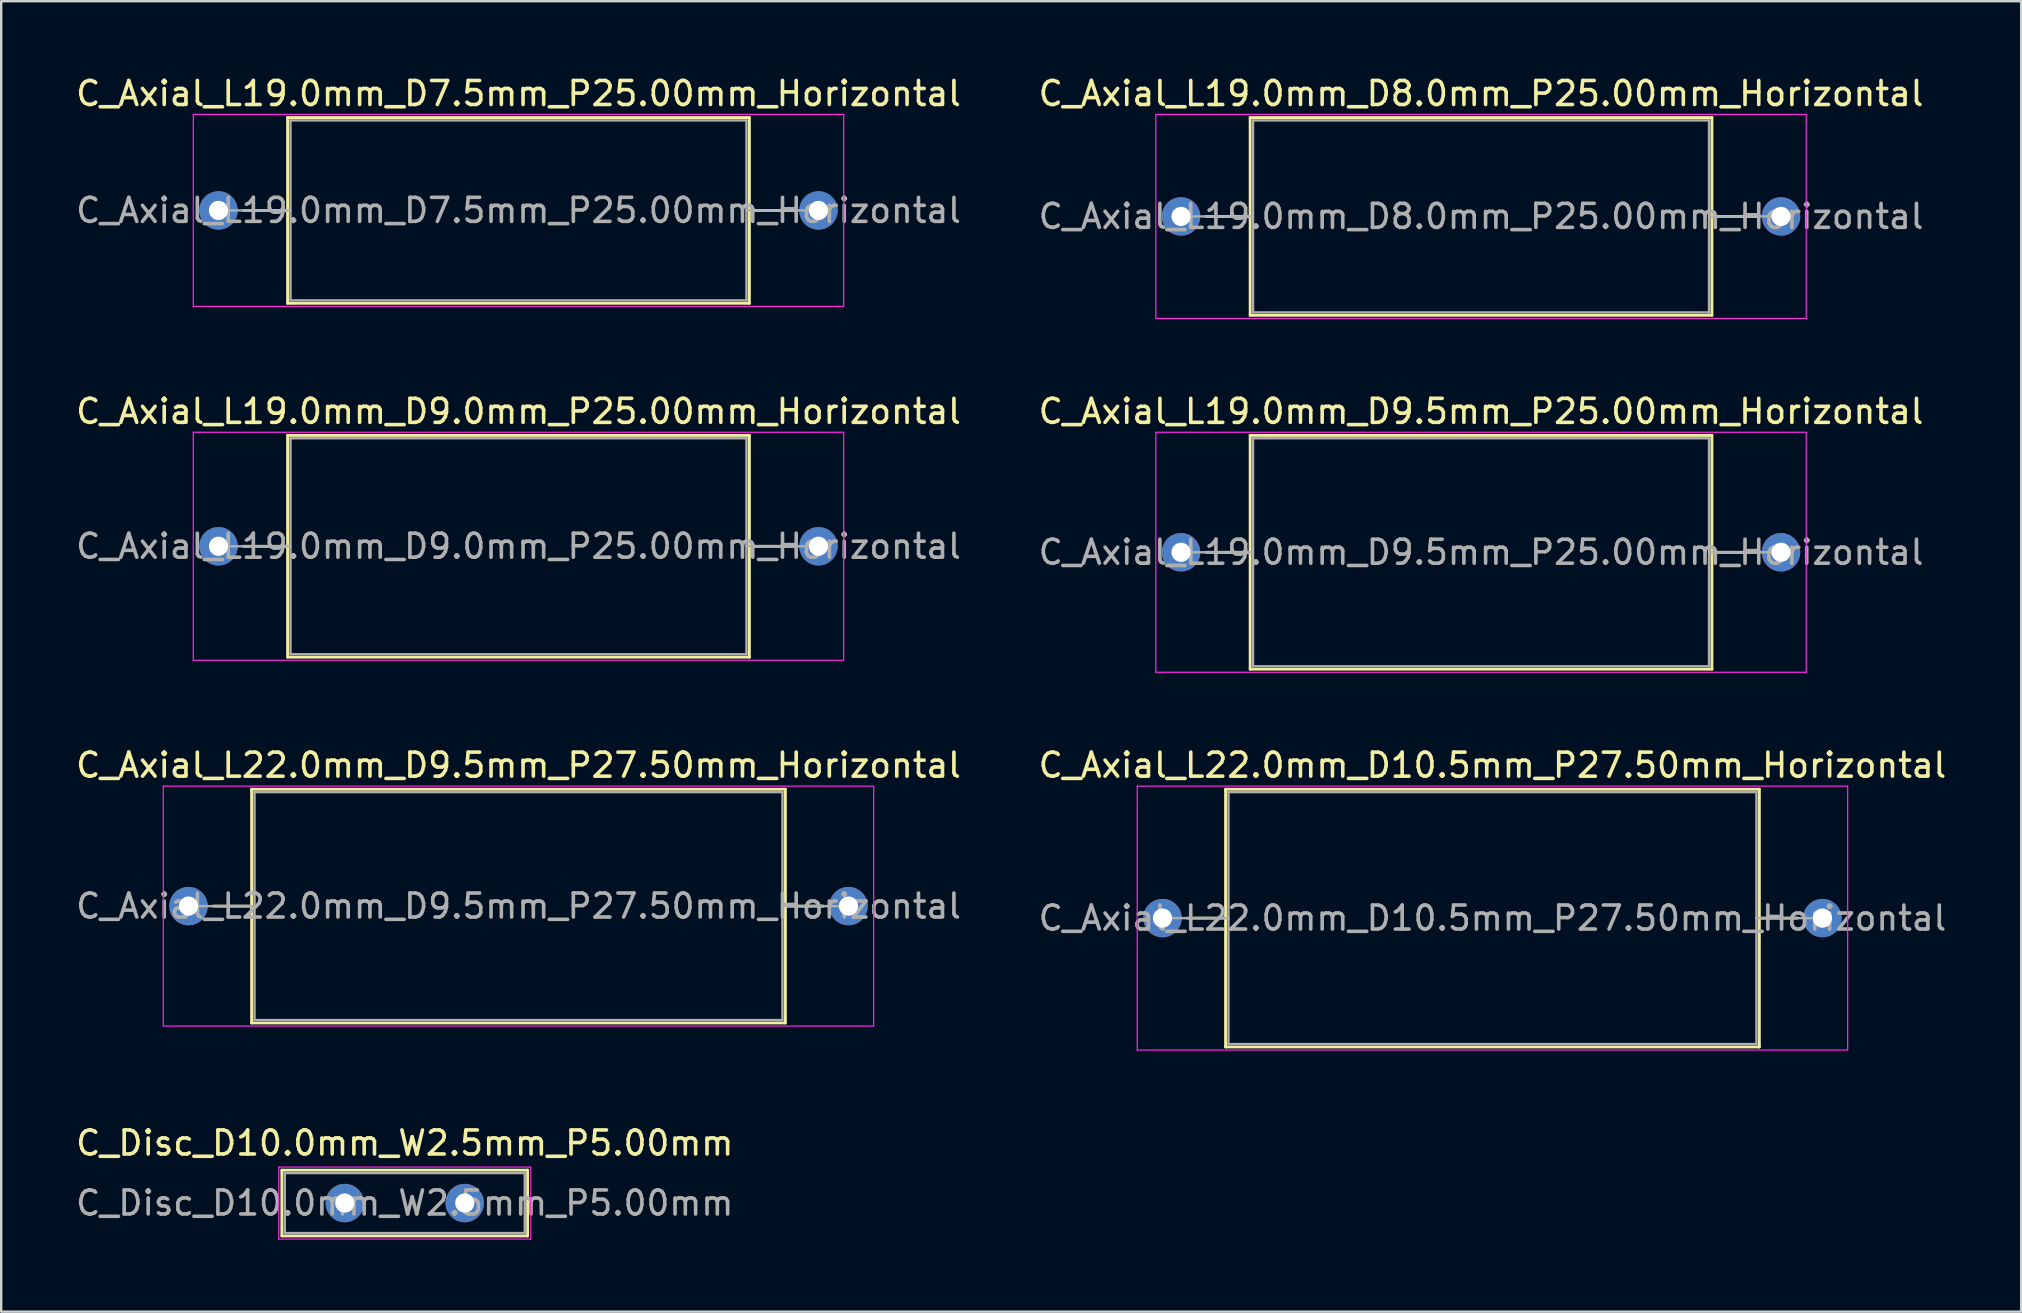
<source format=kicad_pcb>
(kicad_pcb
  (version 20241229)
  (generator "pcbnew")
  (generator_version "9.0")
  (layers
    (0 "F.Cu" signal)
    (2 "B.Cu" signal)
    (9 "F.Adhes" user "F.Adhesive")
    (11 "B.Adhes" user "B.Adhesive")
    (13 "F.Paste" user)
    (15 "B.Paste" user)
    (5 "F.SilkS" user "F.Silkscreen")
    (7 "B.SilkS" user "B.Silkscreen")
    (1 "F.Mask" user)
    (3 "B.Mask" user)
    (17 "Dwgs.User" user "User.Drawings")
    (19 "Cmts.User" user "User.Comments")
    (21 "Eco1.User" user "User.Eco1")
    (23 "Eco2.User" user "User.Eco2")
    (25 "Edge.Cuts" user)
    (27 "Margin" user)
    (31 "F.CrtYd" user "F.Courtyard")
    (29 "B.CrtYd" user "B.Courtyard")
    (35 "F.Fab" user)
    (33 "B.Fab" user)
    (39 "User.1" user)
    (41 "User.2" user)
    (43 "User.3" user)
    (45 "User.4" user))
  (footprint "C_Axial_L19.0mm_D8.0mm_P25.00mm_Horizontal"
    (layer "F.Cu")
    (at 46.161 5.968)
    (property "Reference" "C_Axial_L19.0mm_D8.0mm_P25.00mm_Horizontal" (at 12.5 -5.12 0) (layer "F.SilkS") (effects (font (size 1 1) (thickness 0.15))))
    (attr through_hole)
    (fp_line (start 1.04 0) (end 2.88 0) (stroke (width 0.12) (type solid)) (layer "F.SilkS"))
    (fp_line (start 2.88 -4.12) (end 2.88 4.12) (stroke (width 0.12) (type solid)) (layer "F.SilkS"))
    (fp_line (start 2.88 4.12) (end 22.12 4.12) (stroke (width 0.12) (type solid)) (layer "F.SilkS"))
    (fp_line (start 22.12 -4.12) (end 2.88 -4.12) (stroke (width 0.12) (type solid)) (layer "F.SilkS"))
    (fp_line (start 22.12 4.12) (end 22.12 -4.12) (stroke (width 0.12) (type solid)) (layer "F.SilkS"))
    (fp_line (start 23.96 0) (end 22.12 0) (stroke (width 0.12) (type solid)) (layer "F.SilkS"))
    (fp_line (start -1.05 -4.25) (end -1.05 4.25) (stroke (width 0.05) (type solid)) (layer "F.CrtYd"))
    (fp_line (start -1.05 4.25) (end 26.05 4.25) (stroke (width 0.05) (type solid)) (layer "F.CrtYd"))
    (fp_line (start 26.05 -4.25) (end -1.05 -4.25) (stroke (width 0.05) (type solid)) (layer "F.CrtYd"))
    (fp_line (start 26.05 4.25) (end 26.05 -4.25) (stroke (width 0.05) (type solid)) (layer "F.CrtYd"))
    (fp_line (start 0 0) (end 3 0) (stroke (width 0.1) (type solid)) (layer "F.Fab"))
    (fp_line (start 3 -4) (end 3 4) (stroke (width 0.1) (type solid)) (layer "F.Fab"))
    (fp_line (start 3 4) (end 22 4) (stroke (width 0.1) (type solid)) (layer "F.Fab"))
    (fp_line (start 22 -4) (end 3 -4) (stroke (width 0.1) (type solid)) (layer "F.Fab"))
    (fp_line (start 22 4) (end 22 -4) (stroke (width 0.1) (type solid)) (layer "F.Fab"))
    (fp_line (start 25 0) (end 22 0) (stroke (width 0.1) (type solid)) (layer "F.Fab"))
    (fp_text user "${REFERENCE}" (at 12.5 0 0) (layer "F.Fab") (effects (font (size 1 1) (thickness 0.15))))
    (pad "1" thru_hole circle (at 0 0) (size 1.6 1.6) (drill 0.8) (layers "*.Cu" "*.Mask"))
    (pad "2" thru_hole oval (at 25 0) (size 1.6 1.6) (drill 0.8) (layers "*.Cu" "*.Mask")))
  (footprint "C_Axial_L22.0mm_D10.5mm_P27.50mm_Horizontal"
    (layer "F.Cu")
    (at 45.387 35.205)
    (property "Reference" "C_Axial_L22.0mm_D10.5mm_P27.50mm_Horizontal" (at 13.75 -6.37 0) (layer "F.SilkS") (effects (font (size 1 1) (thickness 0.15))))
    (attr through_hole)
    (fp_line (start 1.04 0) (end 2.63 0) (stroke (width 0.12) (type solid)) (layer "F.SilkS"))
    (fp_line (start 2.63 -5.37) (end 2.63 5.37) (stroke (width 0.12) (type solid)) (layer "F.SilkS"))
    (fp_line (start 2.63 5.37) (end 24.87 5.37) (stroke (width 0.12) (type solid)) (layer "F.SilkS"))
    (fp_line (start 24.87 -5.37) (end 2.63 -5.37) (stroke (width 0.12) (type solid)) (layer "F.SilkS"))
    (fp_line (start 24.87 5.37) (end 24.87 -5.37) (stroke (width 0.12) (type solid)) (layer "F.SilkS"))
    (fp_line (start 26.46 0) (end 24.87 0) (stroke (width 0.12) (type solid)) (layer "F.SilkS"))
    (fp_line (start -1.05 -5.5) (end -1.05 5.5) (stroke (width 0.05) (type solid)) (layer "F.CrtYd"))
    (fp_line (start -1.05 5.5) (end 28.55 5.5) (stroke (width 0.05) (type solid)) (layer "F.CrtYd"))
    (fp_line (start 28.55 -5.5) (end -1.05 -5.5) (stroke (width 0.05) (type solid)) (layer "F.CrtYd"))
    (fp_line (start 28.55 5.5) (end 28.55 -5.5) (stroke (width 0.05) (type solid)) (layer "F.CrtYd"))
    (fp_line (start 0 0) (end 2.75 0) (stroke (width 0.1) (type solid)) (layer "F.Fab"))
    (fp_line (start 2.75 -5.25) (end 2.75 5.25) (stroke (width 0.1) (type solid)) (layer "F.Fab"))
    (fp_line (start 2.75 5.25) (end 24.75 5.25) (stroke (width 0.1) (type solid)) (layer "F.Fab"))
    (fp_line (start 24.75 -5.25) (end 2.75 -5.25) (stroke (width 0.1) (type solid)) (layer "F.Fab"))
    (fp_line (start 24.75 5.25) (end 24.75 -5.25) (stroke (width 0.1) (type solid)) (layer "F.Fab"))
    (fp_line (start 27.5 0) (end 24.75 0) (stroke (width 0.1) (type solid)) (layer "F.Fab"))
    (fp_text user "${REFERENCE}" (at 13.75 0 0) (layer "F.Fab") (effects (font (size 1 1) (thickness 0.15))))
    (pad "1" thru_hole circle (at 0 0) (size 1.6 1.6) (drill 0.8) (layers "*.Cu" "*.Mask"))
    (pad "2" thru_hole oval (at 27.5 0) (size 1.6 1.6) (drill 0.8) (layers "*.Cu" "*.Mask")))
  (footprint "C_Axial_L19.0mm_D7.5mm_P25.00mm_Horizontal"
    (layer "F.Cu")
    (at 6.054 5.718)
    (property "Reference" "C_Axial_L19.0mm_D7.5mm_P25.00mm_Horizontal" (at 12.5 -4.87 0) (layer "F.SilkS") (effects (font (size 1 1) (thickness 0.15))))
    (attr through_hole)
    (fp_line (start 1.04 0) (end 2.88 0) (stroke (width 0.12) (type solid)) (layer "F.SilkS"))
    (fp_line (start 2.88 -3.87) (end 2.88 3.87) (stroke (width 0.12) (type solid)) (layer "F.SilkS"))
    (fp_line (start 2.88 3.87) (end 22.12 3.87) (stroke (width 0.12) (type solid)) (layer "F.SilkS"))
    (fp_line (start 22.12 -3.87) (end 2.88 -3.87) (stroke (width 0.12) (type solid)) (layer "F.SilkS"))
    (fp_line (start 22.12 3.87) (end 22.12 -3.87) (stroke (width 0.12) (type solid)) (layer "F.SilkS"))
    (fp_line (start 23.96 0) (end 22.12 0) (stroke (width 0.12) (type solid)) (layer "F.SilkS"))
    (fp_line (start -1.05 -4) (end -1.05 4) (stroke (width 0.05) (type solid)) (layer "F.CrtYd"))
    (fp_line (start -1.05 4) (end 26.05 4) (stroke (width 0.05) (type solid)) (layer "F.CrtYd"))
    (fp_line (start 26.05 -4) (end -1.05 -4) (stroke (width 0.05) (type solid)) (layer "F.CrtYd"))
    (fp_line (start 26.05 4) (end 26.05 -4) (stroke (width 0.05) (type solid)) (layer "F.CrtYd"))
    (fp_line (start 0 0) (end 3 0) (stroke (width 0.1) (type solid)) (layer "F.Fab"))
    (fp_line (start 3 -3.75) (end 3 3.75) (stroke (width 0.1) (type solid)) (layer "F.Fab"))
    (fp_line (start 3 3.75) (end 22 3.75) (stroke (width 0.1) (type solid)) (layer "F.Fab"))
    (fp_line (start 22 -3.75) (end 3 -3.75) (stroke (width 0.1) (type solid)) (layer "F.Fab"))
    (fp_line (start 22 3.75) (end 22 -3.75) (stroke (width 0.1) (type solid)) (layer "F.Fab"))
    (fp_line (start 25 0) (end 22 0) (stroke (width 0.1) (type solid)) (layer "F.Fab"))
    (fp_text user "${REFERENCE}" (at 12.5 0 0) (layer "F.Fab") (effects (font (size 1 1) (thickness 0.15))))
    (pad "1" thru_hole circle (at 0 0) (size 1.6 1.6) (drill 0.8) (layers "*.Cu" "*.Mask"))
    (pad "2" thru_hole oval (at 25 0) (size 1.6 1.6) (drill 0.8) (layers "*.Cu" "*.Mask")))
  (footprint "C_Disc_D10.0mm_W2.5mm_P5.00mm"
    (layer "F.Cu")
    (at 11.315 47.078)
    (property "Reference" "C_Disc_D10.0mm_W2.5mm_P5.00mm" (at 2.5 -2.5 0) (layer "F.SilkS") (effects (font (size 1 1) (thickness 0.15))))
    (attr through_hole)
    (fp_line (start -2.62 -1.37) (end -2.62 1.37) (stroke (width 0.12) (type solid)) (layer "F.SilkS"))
    (fp_line (start -2.62 -1.37) (end 7.62 -1.37) (stroke (width 0.12) (type solid)) (layer "F.SilkS"))
    (fp_line (start -2.62 1.37) (end 7.62 1.37) (stroke (width 0.12) (type solid)) (layer "F.SilkS"))
    (fp_line (start 7.62 -1.37) (end 7.62 1.37) (stroke (width 0.12) (type solid)) (layer "F.SilkS"))
    (fp_line (start -2.75 -1.5) (end -2.75 1.5) (stroke (width 0.05) (type solid)) (layer "F.CrtYd"))
    (fp_line (start -2.75 1.5) (end 7.75 1.5) (stroke (width 0.05) (type solid)) (layer "F.CrtYd"))
    (fp_line (start 7.75 -1.5) (end -2.75 -1.5) (stroke (width 0.05) (type solid)) (layer "F.CrtYd"))
    (fp_line (start 7.75 1.5) (end 7.75 -1.5) (stroke (width 0.05) (type solid)) (layer "F.CrtYd"))
    (fp_line (start -2.5 -1.25) (end -2.5 1.25) (stroke (width 0.1) (type solid)) (layer "F.Fab"))
    (fp_line (start -2.5 1.25) (end 7.5 1.25) (stroke (width 0.1) (type solid)) (layer "F.Fab"))
    (fp_line (start 7.5 -1.25) (end -2.5 -1.25) (stroke (width 0.1) (type solid)) (layer "F.Fab"))
    (fp_line (start 7.5 1.25) (end 7.5 -1.25) (stroke (width 0.1) (type solid)) (layer "F.Fab"))
    (fp_text user "${REFERENCE}" (at 2.5 0 0) (layer "F.Fab") (effects (font (size 1 1) (thickness 0.15))))
    (pad "1" thru_hole circle (at 0 0) (size 1.6 1.6) (drill 0.8) (layers "*.Cu" "*.Mask"))
    (pad "2" thru_hole circle (at 5 0) (size 1.6 1.6) (drill 0.8) (layers "*.Cu" "*.Mask")))
  (footprint "C_Axial_L19.0mm_D9.5mm_P25.00mm_Horizontal"
    (layer "F.Cu")
    (at 46.161 19.962)
    (property "Reference" "C_Axial_L19.0mm_D9.5mm_P25.00mm_Horizontal" (at 12.5 -5.87 0) (layer "F.SilkS") (effects (font (size 1 1) (thickness 0.15))))
    (attr through_hole)
    (fp_line (start 1.04 0) (end 2.88 0) (stroke (width 0.12) (type solid)) (layer "F.SilkS"))
    (fp_line (start 2.88 -4.87) (end 2.88 4.87) (stroke (width 0.12) (type solid)) (layer "F.SilkS"))
    (fp_line (start 2.88 4.87) (end 22.12 4.87) (stroke (width 0.12) (type solid)) (layer "F.SilkS"))
    (fp_line (start 22.12 -4.87) (end 2.88 -4.87) (stroke (width 0.12) (type solid)) (layer "F.SilkS"))
    (fp_line (start 22.12 4.87) (end 22.12 -4.87) (stroke (width 0.12) (type solid)) (layer "F.SilkS"))
    (fp_line (start 23.96 0) (end 22.12 0) (stroke (width 0.12) (type solid)) (layer "F.SilkS"))
    (fp_line (start -1.05 -5) (end -1.05 5) (stroke (width 0.05) (type solid)) (layer "F.CrtYd"))
    (fp_line (start -1.05 5) (end 26.05 5) (stroke (width 0.05) (type solid)) (layer "F.CrtYd"))
    (fp_line (start 26.05 -5) (end -1.05 -5) (stroke (width 0.05) (type solid)) (layer "F.CrtYd"))
    (fp_line (start 26.05 5) (end 26.05 -5) (stroke (width 0.05) (type solid)) (layer "F.CrtYd"))
    (fp_line (start 0 0) (end 3 0) (stroke (width 0.1) (type solid)) (layer "F.Fab"))
    (fp_line (start 3 -4.75) (end 3 4.75) (stroke (width 0.1) (type solid)) (layer "F.Fab"))
    (fp_line (start 3 4.75) (end 22 4.75) (stroke (width 0.1) (type solid)) (layer "F.Fab"))
    (fp_line (start 22 -4.75) (end 3 -4.75) (stroke (width 0.1) (type solid)) (layer "F.Fab"))
    (fp_line (start 22 4.75) (end 22 -4.75) (stroke (width 0.1) (type solid)) (layer "F.Fab"))
    (fp_line (start 25 0) (end 22 0) (stroke (width 0.1) (type solid)) (layer "F.Fab"))
    (fp_text user "${REFERENCE}" (at 12.5 0 0) (layer "F.Fab") (effects (font (size 1 1) (thickness 0.15))))
    (pad "1" thru_hole circle (at 0 0) (size 1.6 1.6) (drill 0.8) (layers "*.Cu" "*.Mask"))
    (pad "2" thru_hole oval (at 25 0) (size 1.6 1.6) (drill 0.8) (layers "*.Cu" "*.Mask")))
  (footprint "C_Axial_L19.0mm_D9.0mm_P25.00mm_Horizontal"
    (layer "F.Cu")
    (at 6.054 19.712)
    (property "Reference" "C_Axial_L19.0mm_D9.0mm_P25.00mm_Horizontal" (at 12.5 -5.62 0) (layer "F.SilkS") (effects (font (size 1 1) (thickness 0.15))))
    (attr through_hole)
    (fp_line (start 1.04 0) (end 2.88 0) (stroke (width 0.12) (type solid)) (layer "F.SilkS"))
    (fp_line (start 2.88 -4.62) (end 2.88 4.62) (stroke (width 0.12) (type solid)) (layer "F.SilkS"))
    (fp_line (start 2.88 4.62) (end 22.12 4.62) (stroke (width 0.12) (type solid)) (layer "F.SilkS"))
    (fp_line (start 22.12 -4.62) (end 2.88 -4.62) (stroke (width 0.12) (type solid)) (layer "F.SilkS"))
    (fp_line (start 22.12 4.62) (end 22.12 -4.62) (stroke (width 0.12) (type solid)) (layer "F.SilkS"))
    (fp_line (start 23.96 0) (end 22.12 0) (stroke (width 0.12) (type solid)) (layer "F.SilkS"))
    (fp_line (start -1.05 -4.75) (end -1.05 4.75) (stroke (width 0.05) (type solid)) (layer "F.CrtYd"))
    (fp_line (start -1.05 4.75) (end 26.05 4.75) (stroke (width 0.05) (type solid)) (layer "F.CrtYd"))
    (fp_line (start 26.05 -4.75) (end -1.05 -4.75) (stroke (width 0.05) (type solid)) (layer "F.CrtYd"))
    (fp_line (start 26.05 4.75) (end 26.05 -4.75) (stroke (width 0.05) (type solid)) (layer "F.CrtYd"))
    (fp_line (start 0 0) (end 3 0) (stroke (width 0.1) (type solid)) (layer "F.Fab"))
    (fp_line (start 3 -4.5) (end 3 4.5) (stroke (width 0.1) (type solid)) (layer "F.Fab"))
    (fp_line (start 3 4.5) (end 22 4.5) (stroke (width 0.1) (type solid)) (layer "F.Fab"))
    (fp_line (start 22 -4.5) (end 3 -4.5) (stroke (width 0.1) (type solid)) (layer "F.Fab"))
    (fp_line (start 22 4.5) (end 22 -4.5) (stroke (width 0.1) (type solid)) (layer "F.Fab"))
    (fp_line (start 25 0) (end 22 0) (stroke (width 0.1) (type solid)) (layer "F.Fab"))
    (fp_text user "${REFERENCE}" (at 12.5 0 0) (layer "F.Fab") (effects (font (size 1 1) (thickness 0.15))))
    (pad "1" thru_hole circle (at 0 0) (size 1.6 1.6) (drill 0.8) (layers "*.Cu" "*.Mask"))
    (pad "2" thru_hole oval (at 25 0) (size 1.6 1.6) (drill 0.8) (layers "*.Cu" "*.Mask")))
  (footprint "C_Axial_L22.0mm_D9.5mm_P27.50mm_Horizontal"
    (layer "F.Cu")
    (at 4.804 34.705)
    (property "Reference" "C_Axial_L22.0mm_D9.5mm_P27.50mm_Horizontal" (at 13.75 -5.87 0) (layer "F.SilkS") (effects (font (size 1 1) (thickness 0.15))))
    (attr through_hole)
    (fp_line (start 1.04 0) (end 2.63 0) (stroke (width 0.12) (type solid)) (layer "F.SilkS"))
    (fp_line (start 2.63 -4.87) (end 2.63 4.87) (stroke (width 0.12) (type solid)) (layer "F.SilkS"))
    (fp_line (start 2.63 4.87) (end 24.87 4.87) (stroke (width 0.12) (type solid)) (layer "F.SilkS"))
    (fp_line (start 24.87 -4.87) (end 2.63 -4.87) (stroke (width 0.12) (type solid)) (layer "F.SilkS"))
    (fp_line (start 24.87 4.87) (end 24.87 -4.87) (stroke (width 0.12) (type solid)) (layer "F.SilkS"))
    (fp_line (start 26.46 0) (end 24.87 0) (stroke (width 0.12) (type solid)) (layer "F.SilkS"))
    (fp_line (start -1.05 -5) (end -1.05 5) (stroke (width 0.05) (type solid)) (layer "F.CrtYd"))
    (fp_line (start -1.05 5) (end 28.55 5) (stroke (width 0.05) (type solid)) (layer "F.CrtYd"))
    (fp_line (start 28.55 -5) (end -1.05 -5) (stroke (width 0.05) (type solid)) (layer "F.CrtYd"))
    (fp_line (start 28.55 5) (end 28.55 -5) (stroke (width 0.05) (type solid)) (layer "F.CrtYd"))
    (fp_line (start 0 0) (end 2.75 0) (stroke (width 0.1) (type solid)) (layer "F.Fab"))
    (fp_line (start 2.75 -4.75) (end 2.75 4.75) (stroke (width 0.1) (type solid)) (layer "F.Fab"))
    (fp_line (start 2.75 4.75) (end 24.75 4.75) (stroke (width 0.1) (type solid)) (layer "F.Fab"))
    (fp_line (start 24.75 -4.75) (end 2.75 -4.75) (stroke (width 0.1) (type solid)) (layer "F.Fab"))
    (fp_line (start 24.75 4.75) (end 24.75 -4.75) (stroke (width 0.1) (type solid)) (layer "F.Fab"))
    (fp_line (start 27.5 0) (end 24.75 0) (stroke (width 0.1) (type solid)) (layer "F.Fab"))
    (fp_text user "${REFERENCE}" (at 13.75 0 0) (layer "F.Fab") (effects (font (size 1 1) (thickness 0.15))))
    (pad "1" thru_hole circle (at 0 0) (size 1.6 1.6) (drill 0.8) (layers "*.Cu" "*.Mask"))
    (pad "2" thru_hole oval (at 27.5 0) (size 1.6 1.6) (drill 0.8) (layers "*.Cu" "*.Mask")))
  (gr_rect
    (start -3 -3)
    (end 81.167 51.603)
    (stroke (width 0.1) (type default))
    (fill no)
    (layer "Edge.Cuts")))
</source>
